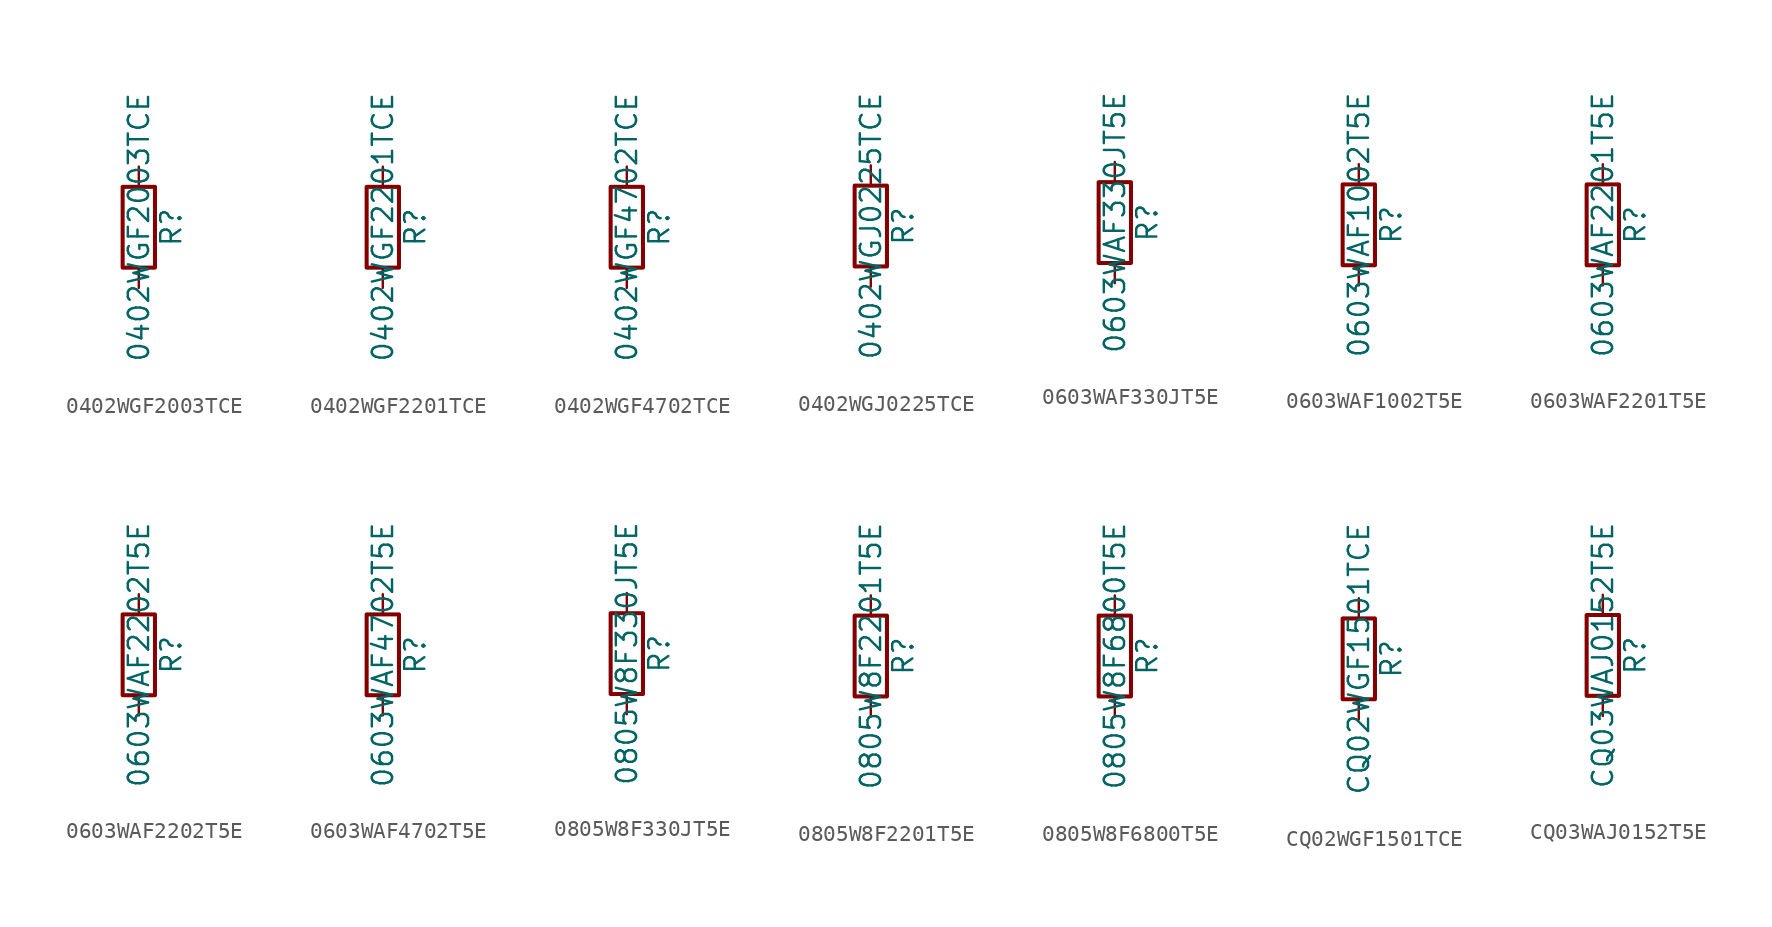
<source format=kicad_sym>
(kicad_symbol_lib
  (version 20211014)
  (generator kicad_symbol_editor)
  (symbol "0402WGF2003TCE"
    (pin_numbers hide)
    (pin_names
      (offset 0))
    (property "Reference" "R"
      (at 2.032 0 90)
      (effects (font (size 1.27 1.27))))
    (property "Value" "0402WGF2003TCE"
      (at 0 0 90)
      (effects (font (size 1.27 1.27))))
    (symbol "0402WGF2003TCE_0_1"
      (rectangle (start -1.016 -2.54) (end 1.016 2.54) (stroke (width 0.254) (type default) (color 0 0 0 0)) (fill (type none))))
    (symbol "0402WGF2003TCE_1_1"
      (pin passive line (at 0 3.81 270) (length 1.27) (name "~" (effects (font (size 1.27 1.27)))) (number "1" (effects (font (size 1.27 1.27)))))
      (pin passive line (at 0 -3.81 90) (length 1.27) (name "~" (effects (font (size 1.27 1.27)))) (number "2" (effects (font (size 1.27 1.27)))))))
  (symbol "0402WGF2201TCE"
    (pin_numbers hide)
    (pin_names
      (offset 0))
    (property "Reference" "R"
      (at 2.032 0 90)
      (effects (font (size 1.27 1.27))))
    (property "Value" "0402WGF2201TCE"
      (at 0 0 90)
      (effects (font (size 1.27 1.27))))
    (symbol "0402WGF2201TCE_0_1"
      (rectangle (start -1.016 -2.54) (end 1.016 2.54) (stroke (width 0.254) (type default) (color 0 0 0 0)) (fill (type none))))
    (symbol "0402WGF2201TCE_1_1"
      (pin passive line (at 0 3.81 270) (length 1.27) (name "~" (effects (font (size 1.27 1.27)))) (number "1" (effects (font (size 1.27 1.27)))))
      (pin passive line (at 0 -3.81 90) (length 1.27) (name "~" (effects (font (size 1.27 1.27)))) (number "2" (effects (font (size 1.27 1.27)))))))
  (symbol "0402WGF4702TCE"
    (pin_numbers hide)
    (pin_names
      (offset 0))
    (property "Reference" "R"
      (at 2.032 0 90)
      (effects (font (size 1.27 1.27))))
    (property "Value" "0402WGF4702TCE"
      (at 0 0 90)
      (effects (font (size 1.27 1.27))))
    (symbol "0402WGF4702TCE_0_1"
      (rectangle (start -1.016 -2.54) (end 1.016 2.54) (stroke (width 0.254) (type default) (color 0 0 0 0)) (fill (type none))))
    (symbol "0402WGF4702TCE_1_1"
      (pin passive line (at 0 3.81 270) (length 1.27) (name "~" (effects (font (size 1.27 1.27)))) (number "1" (effects (font (size 1.27 1.27)))))
      (pin passive line (at 0 -3.81 90) (length 1.27) (name "~" (effects (font (size 1.27 1.27)))) (number "2" (effects (font (size 1.27 1.27)))))))
  (symbol "0402WGJ0225TCE"
    (pin_numbers hide)
    (pin_names
      (offset 0))
    (property "Reference" "R"
      (at 2.032 0 90)
      (effects (font (size 1.27 1.27))))
    (property "Value" "0402WGJ0225TCE"
      (at 0 0 90)
      (effects (font (size 1.27 1.27))))
    (symbol "0402WGJ0225TCE_0_1"
      (rectangle (start -1.016 -2.54) (end 1.016 2.54) (stroke (width 0.254) (type default) (color 0 0 0 0)) (fill (type none))))
    (symbol "0402WGJ0225TCE_1_1"
      (pin passive line (at 0 3.81 270) (length 1.27) (name "~" (effects (font (size 1.27 1.27)))) (number "1" (effects (font (size 1.27 1.27)))))
      (pin passive line (at 0 -3.81 90) (length 1.27) (name "~" (effects (font (size 1.27 1.27)))) (number "2" (effects (font (size 1.27 1.27)))))))
  (symbol "0603WAF330JT5E"
    (pin_numbers hide)
    (pin_names
      (offset 0))
    (property "Reference" "R"
      (at 2.032 0 90)
      (effects (font (size 1.27 1.27))))
    (property "Value" "0603WAF330JT5E"
      (at 0 0 90)
      (effects (font (size 1.27 1.27))))
    (symbol "0603WAF330JT5E_0_1"
      (rectangle (start -1.016 -2.54) (end 1.016 2.54) (stroke (width 0.254) (type default) (color 0 0 0 0)) (fill (type none))))
    (symbol "0603WAF330JT5E_1_1"
      (pin passive line (at 0 3.81 270) (length 1.27) (name "~" (effects (font (size 1.27 1.27)))) (number "1" (effects (font (size 1.27 1.27)))))
      (pin passive line (at 0 -3.81 90) (length 1.27) (name "~" (effects (font (size 1.27 1.27)))) (number "2" (effects (font (size 1.27 1.27)))))))
  (symbol "0603WAF1002T5E"
    (pin_numbers hide)
    (pin_names
      (offset 0))
    (property "Reference" "R"
      (at 2.032 0 90)
      (effects (font (size 1.27 1.27))))
    (property "Value" "0603WAF1002T5E"
      (at 0 0 90)
      (effects (font (size 1.27 1.27))))
    (symbol "0603WAF1002T5E_0_1"
      (rectangle (start -1.016 -2.54) (end 1.016 2.54) (stroke (width 0.254) (type default) (color 0 0 0 0)) (fill (type none))))
    (symbol "0603WAF1002T5E_1_1"
      (pin passive line (at 0 3.81 270) (length 1.27) (name "~" (effects (font (size 1.27 1.27)))) (number "1" (effects (font (size 1.27 1.27)))))
      (pin passive line (at 0 -3.81 90) (length 1.27) (name "~" (effects (font (size 1.27 1.27)))) (number "2" (effects (font (size 1.27 1.27)))))))
  (symbol "0603WAF2201T5E"
    (pin_numbers hide)
    (pin_names
      (offset 0))
    (property "Reference" "R"
      (at 2.032 0 90)
      (effects (font (size 1.27 1.27))))
    (property "Value" "0603WAF2201T5E"
      (at 0 0 90)
      (effects (font (size 1.27 1.27))))
    (symbol "0603WAF2201T5E_0_1"
      (rectangle (start -1.016 -2.54) (end 1.016 2.54) (stroke (width 0.254) (type default) (color 0 0 0 0)) (fill (type none))))
    (symbol "0603WAF2201T5E_1_1"
      (pin passive line (at 0 3.81 270) (length 1.27) (name "~" (effects (font (size 1.27 1.27)))) (number "1" (effects (font (size 1.27 1.27)))))
      (pin passive line (at 0 -3.81 90) (length 1.27) (name "~" (effects (font (size 1.27 1.27)))) (number "2" (effects (font (size 1.27 1.27)))))))
  (symbol "0603WAF2202T5E"
    (pin_numbers hide)
    (pin_names
      (offset 0))
    (property "Reference" "R"
      (at 2.032 0 90)
      (effects (font (size 1.27 1.27))))
    (property "Value" "0603WAF2202T5E"
      (at 0 0 90)
      (effects (font (size 1.27 1.27))))
    (symbol "0603WAF2202T5E_0_1"
      (rectangle (start -1.016 -2.54) (end 1.016 2.54) (stroke (width 0.254) (type default) (color 0 0 0 0)) (fill (type none))))
    (symbol "0603WAF2202T5E_1_1"
      (pin passive line (at 0 3.81 270) (length 1.27) (name "~" (effects (font (size 1.27 1.27)))) (number "1" (effects (font (size 1.27 1.27)))))
      (pin passive line (at 0 -3.81 90) (length 1.27) (name "~" (effects (font (size 1.27 1.27)))) (number "2" (effects (font (size 1.27 1.27)))))))
  (symbol "0603WAF4702T5E"
    (pin_numbers hide)
    (pin_names
      (offset 0))
    (property "Reference" "R"
      (at 2.032 0 90)
      (effects (font (size 1.27 1.27))))
    (property "Value" "0603WAF4702T5E"
      (at 0 0 90)
      (effects (font (size 1.27 1.27))))
    (symbol "0603WAF4702T5E_0_1"
      (rectangle (start -1.016 -2.54) (end 1.016 2.54) (stroke (width 0.254) (type default) (color 0 0 0 0)) (fill (type none))))
    (symbol "0603WAF4702T5E_1_1"
      (pin passive line (at 0 3.81 270) (length 1.27) (name "~" (effects (font (size 1.27 1.27)))) (number "1" (effects (font (size 1.27 1.27)))))
      (pin passive line (at 0 -3.81 90) (length 1.27) (name "~" (effects (font (size 1.27 1.27)))) (number "2" (effects (font (size 1.27 1.27)))))))
  (symbol "0805W8F330JT5E"
    (pin_numbers hide)
    (pin_names
      (offset 0))
    (property "Reference" "R"
      (at 2.032 0 90)
      (effects (font (size 1.27 1.27))))
    (property "Value" "0805W8F330JT5E"
      (at 0 0 90)
      (effects (font (size 1.27 1.27))))
    (symbol "0805W8F330JT5E_0_1"
      (rectangle (start -1.016 -2.54) (end 1.016 2.54) (stroke (width 0.254) (type default) (color 0 0 0 0)) (fill (type none))))
    (symbol "0805W8F330JT5E_1_1"
      (pin passive line (at 0 3.81 270) (length 1.27) (name "~" (effects (font (size 1.27 1.27)))) (number "1" (effects (font (size 1.27 1.27)))))
      (pin passive line (at 0 -3.81 90) (length 1.27) (name "~" (effects (font (size 1.27 1.27)))) (number "2" (effects (font (size 1.27 1.27)))))))
  (symbol "0805W8F2201T5E"
    (pin_numbers hide)
    (pin_names
      (offset 0))
    (property "Reference" "R"
      (at 2.032 0 90)
      (effects (font (size 1.27 1.27))))
    (property "Value" "0805W8F2201T5E"
      (at 0 0 90)
      (effects (font (size 1.27 1.27))))
    (symbol "0805W8F2201T5E_0_1"
      (rectangle (start -1.016 -2.54) (end 1.016 2.54) (stroke (width 0.254) (type default) (color 0 0 0 0)) (fill (type none))))
    (symbol "0805W8F2201T5E_1_1"
      (pin passive line (at 0 3.81 270) (length 1.27) (name "~" (effects (font (size 1.27 1.27)))) (number "1" (effects (font (size 1.27 1.27)))))
      (pin passive line (at 0 -3.81 90) (length 1.27) (name "~" (effects (font (size 1.27 1.27)))) (number "2" (effects (font (size 1.27 1.27)))))))
  (symbol "0805W8F6800T5E"
    (pin_numbers hide)
    (pin_names
      (offset 0))
    (property "Reference" "R"
      (at 2.032 0 90)
      (effects (font (size 1.27 1.27))))
    (property "Value" "0805W8F6800T5E"
      (at 0 0 90)
      (effects (font (size 1.27 1.27))))
    (symbol "0805W8F6800T5E_0_1"
      (rectangle (start -1.016 -2.54) (end 1.016 2.54) (stroke (width 0.254) (type default) (color 0 0 0 0)) (fill (type none))))
    (symbol "0805W8F6800T5E_1_1"
      (pin passive line (at 0 3.81 270) (length 1.27) (name "~" (effects (font (size 1.27 1.27)))) (number "1" (effects (font (size 1.27 1.27)))))
      (pin passive line (at 0 -3.81 90) (length 1.27) (name "~" (effects (font (size 1.27 1.27)))) (number "2" (effects (font (size 1.27 1.27)))))))
  (symbol "CQ02WGF1501TCE"
    (pin_numbers hide)
    (pin_names
      (offset 0))
    (property "Reference" "R"
      (at 2.032 0 90)
      (effects (font (size 1.27 1.27))))
    (property "Value" "CQ02WGF1501TCE"
      (at 0 0 90)
      (effects (font (size 1.27 1.27))))
    (symbol "CQ02WGF1501TCE_0_1"
      (rectangle (start -1.016 -2.54) (end 1.016 2.54) (stroke (width 0.254) (type default) (color 0 0 0 0)) (fill (type none))))
    (symbol "CQ02WGF1501TCE_1_1"
      (pin passive line (at 0 3.81 270) (length 1.27) (name "~" (effects (font (size 1.27 1.27)))) (number "1" (effects (font (size 1.27 1.27)))))
      (pin passive line (at 0 -3.81 90) (length 1.27) (name "~" (effects (font (size 1.27 1.27)))) (number "2" (effects (font (size 1.27 1.27)))))))
  (symbol "CQ03WAJ0152T5E"
    (pin_numbers hide)
    (pin_names
      (offset 0))
    (property "Reference" "R"
      (at 2.032 0 90)
      (effects (font (size 1.27 1.27))))
    (property "Value" "CQ03WAJ0152T5E"
      (at 0 0 90)
      (effects (font (size 1.27 1.27))))
    (symbol "CQ03WAJ0152T5E_0_1"
      (rectangle (start -1.016 -2.54) (end 1.016 2.54) (stroke (width 0.254) (type default) (color 0 0 0 0)) (fill (type none))))
    (symbol "CQ03WAJ0152T5E_1_1"
      (pin passive line (at 0 3.81 270) (length 1.27) (name "~" (effects (font (size 1.27 1.27)))) (number "1" (effects (font (size 1.27 1.27)))))
      (pin passive line (at 0 -3.81 90) (length 1.27) (name "~" (effects (font (size 1.27 1.27)))) (number "2" (effects (font (size 1.27 1.27))))))))
</source>
